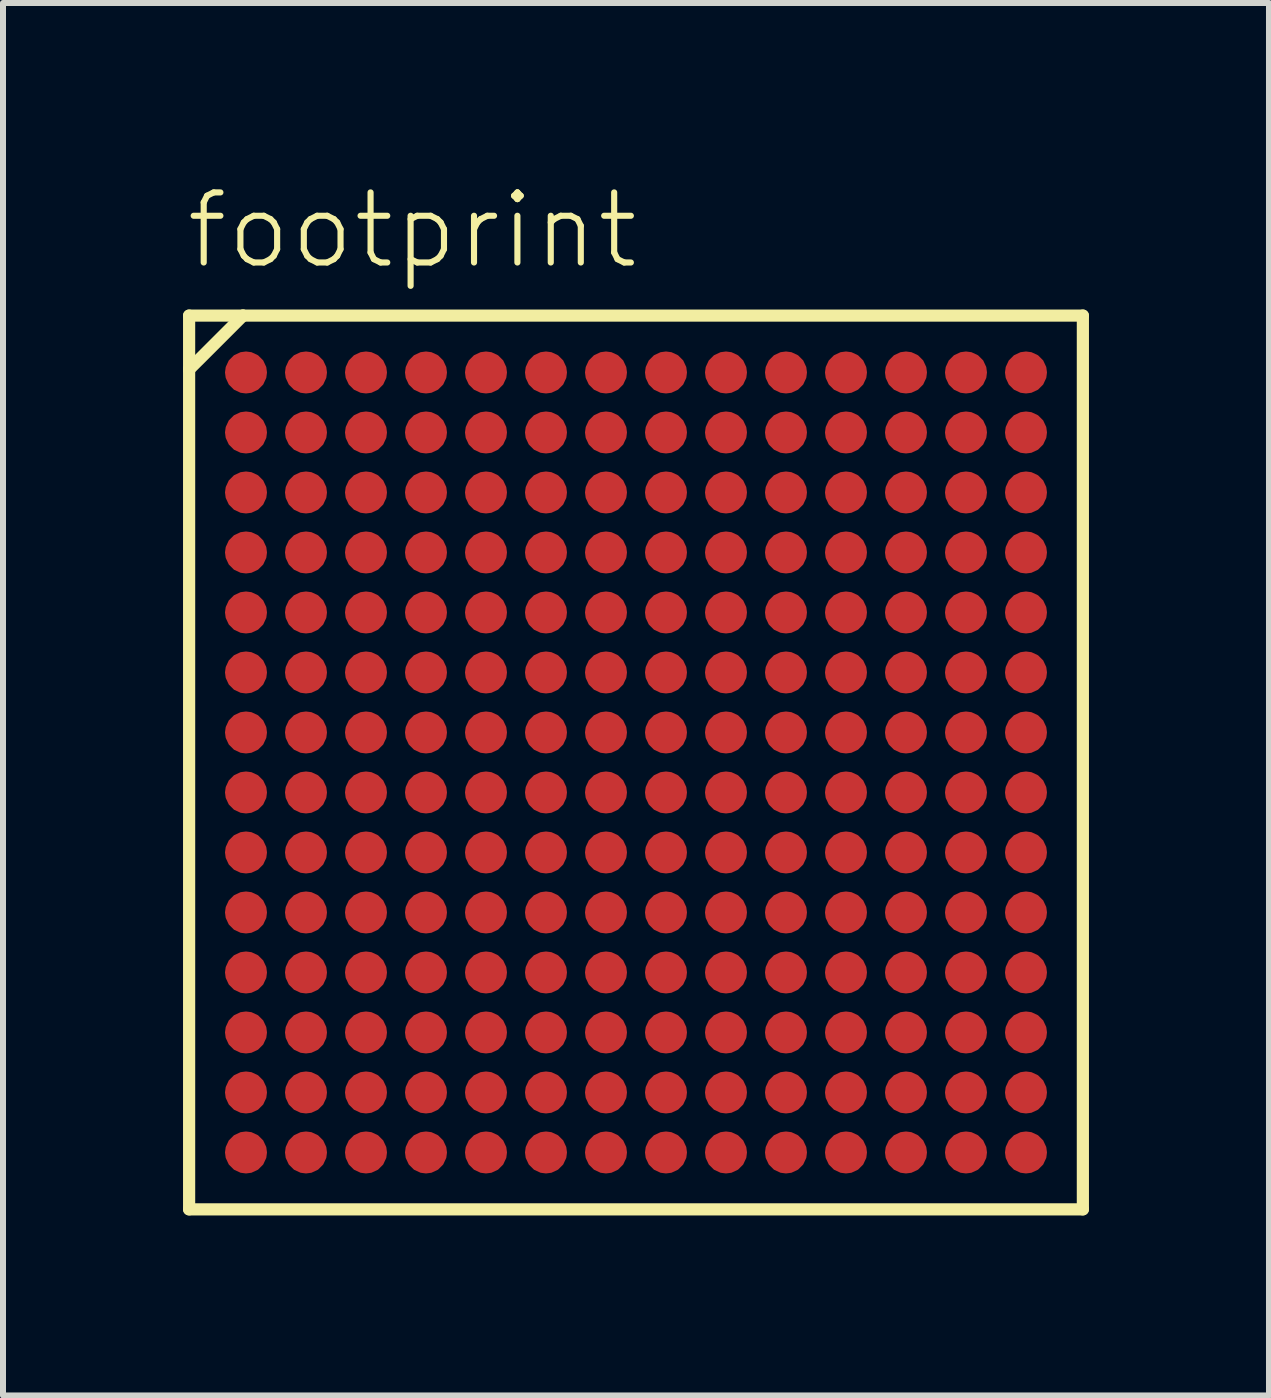
<source format=kicad_pcb>
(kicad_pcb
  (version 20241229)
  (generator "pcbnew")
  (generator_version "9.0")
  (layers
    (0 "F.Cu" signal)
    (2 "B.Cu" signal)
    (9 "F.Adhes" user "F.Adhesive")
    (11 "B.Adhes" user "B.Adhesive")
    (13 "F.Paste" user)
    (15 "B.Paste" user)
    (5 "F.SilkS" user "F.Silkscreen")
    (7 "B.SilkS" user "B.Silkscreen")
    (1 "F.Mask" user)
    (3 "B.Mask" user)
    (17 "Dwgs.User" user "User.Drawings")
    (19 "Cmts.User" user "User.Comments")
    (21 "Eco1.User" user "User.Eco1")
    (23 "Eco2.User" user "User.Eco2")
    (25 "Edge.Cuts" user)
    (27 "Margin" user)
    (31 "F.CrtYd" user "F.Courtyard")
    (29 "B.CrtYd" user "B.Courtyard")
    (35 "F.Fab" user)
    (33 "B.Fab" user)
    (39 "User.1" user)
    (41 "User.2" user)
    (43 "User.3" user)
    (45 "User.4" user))
  (footprint "footprint"
    (layer "F.Cu")
    (at 7.55 9.658)
    (property "Reference" "footprint" (at -7.55 -8.185 0) (layer "F.SilkS") (effects (font (size 1.168 1.168) (thickness 0.102)) (justify left bottom)))
    (fp_circle (center -6.5 -6.5) (end -6.35 -6.5) (stroke (width 0.3) (type solid)) (fill yes) (layer "F.Mask"))
    (fp_circle (center -6.5 -5.5) (end -6.35 -5.5) (stroke (width 0.3) (type solid)) (fill yes) (layer "F.Mask"))
    (fp_circle (center -6.5 -4.5) (end -6.35 -4.5) (stroke (width 0.3) (type solid)) (fill yes) (layer "F.Mask"))
    (fp_circle (center -6.5 -3.5) (end -6.35 -3.5) (stroke (width 0.3) (type solid)) (fill yes) (layer "F.Mask"))
    (fp_circle (center -6.5 -2.5) (end -6.35 -2.5) (stroke (width 0.3) (type solid)) (fill yes) (layer "F.Mask"))
    (fp_circle (center -6.5 -1.5) (end -6.35 -1.5) (stroke (width 0.3) (type solid)) (fill yes) (layer "F.Mask"))
    (fp_circle (center -6.5 -0.5) (end -6.35 -0.5) (stroke (width 0.3) (type solid)) (fill yes) (layer "F.Mask"))
    (fp_circle (center -6.5 0.5) (end -6.35 0.5) (stroke (width 0.3) (type solid)) (fill yes) (layer "F.Mask"))
    (fp_circle (center -6.5 1.5) (end -6.35 1.5) (stroke (width 0.3) (type solid)) (fill yes) (layer "F.Mask"))
    (fp_circle (center -6.5 2.5) (end -6.35 2.5) (stroke (width 0.3) (type solid)) (fill yes) (layer "F.Mask"))
    (fp_circle (center -6.5 3.5) (end -6.35 3.5) (stroke (width 0.3) (type solid)) (fill yes) (layer "F.Mask"))
    (fp_circle (center -6.5 4.5) (end -6.35 4.5) (stroke (width 0.3) (type solid)) (fill yes) (layer "F.Mask"))
    (fp_circle (center -6.5 5.5) (end -6.35 5.5) (stroke (width 0.3) (type solid)) (fill yes) (layer "F.Mask"))
    (fp_circle (center -6.5 6.5) (end -6.35 6.5) (stroke (width 0.3) (type solid)) (fill yes) (layer "F.Mask"))
    (fp_circle (center -5.5 -6.5) (end -5.35 -6.5) (stroke (width 0.3) (type solid)) (fill yes) (layer "F.Mask"))
    (fp_circle (center -5.5 -5.5) (end -5.35 -5.5) (stroke (width 0.3) (type solid)) (fill yes) (layer "F.Mask"))
    (fp_circle (center -5.5 -4.5) (end -5.35 -4.5) (stroke (width 0.3) (type solid)) (fill yes) (layer "F.Mask"))
    (fp_circle (center -5.5 -3.5) (end -5.35 -3.5) (stroke (width 0.3) (type solid)) (fill yes) (layer "F.Mask"))
    (fp_circle (center -5.5 -2.5) (end -5.35 -2.5) (stroke (width 0.3) (type solid)) (fill yes) (layer "F.Mask"))
    (fp_circle (center -5.5 -1.5) (end -5.35 -1.5) (stroke (width 0.3) (type solid)) (fill yes) (layer "F.Mask"))
    (fp_circle (center -5.5 -0.5) (end -5.35 -0.5) (stroke (width 0.3) (type solid)) (fill yes) (layer "F.Mask"))
    (fp_circle (center -5.5 0.5) (end -5.35 0.5) (stroke (width 0.3) (type solid)) (fill yes) (layer "F.Mask"))
    (fp_circle (center -5.5 1.5) (end -5.35 1.5) (stroke (width 0.3) (type solid)) (fill yes) (layer "F.Mask"))
    (fp_circle (center -5.5 2.5) (end -5.35 2.5) (stroke (width 0.3) (type solid)) (fill yes) (layer "F.Mask"))
    (fp_circle (center -5.5 3.5) (end -5.35 3.5) (stroke (width 0.3) (type solid)) (fill yes) (layer "F.Mask"))
    (fp_circle (center -5.5 4.5) (end -5.35 4.5) (stroke (width 0.3) (type solid)) (fill yes) (layer "F.Mask"))
    (fp_circle (center -5.5 5.5) (end -5.35 5.5) (stroke (width 0.3) (type solid)) (fill yes) (layer "F.Mask"))
    (fp_circle (center -5.5 6.5) (end -5.35 6.5) (stroke (width 0.3) (type solid)) (fill yes) (layer "F.Mask"))
    (fp_circle (center -4.5 -6.5) (end -4.35 -6.5) (stroke (width 0.3) (type solid)) (fill yes) (layer "F.Mask"))
    (fp_circle (center -4.5 -5.5) (end -4.35 -5.5) (stroke (width 0.3) (type solid)) (fill yes) (layer "F.Mask"))
    (fp_circle (center -4.5 -4.5) (end -4.35 -4.5) (stroke (width 0.3) (type solid)) (fill yes) (layer "F.Mask"))
    (fp_circle (center -4.5 -3.5) (end -4.35 -3.5) (stroke (width 0.3) (type solid)) (fill yes) (layer "F.Mask"))
    (fp_circle (center -4.5 -2.5) (end -4.35 -2.5) (stroke (width 0.3) (type solid)) (fill yes) (layer "F.Mask"))
    (fp_circle (center -4.5 -1.5) (end -4.35 -1.5) (stroke (width 0.3) (type solid)) (fill yes) (layer "F.Mask"))
    (fp_circle (center -4.5 -0.5) (end -4.35 -0.5) (stroke (width 0.3) (type solid)) (fill yes) (layer "F.Mask"))
    (fp_circle (center -4.5 0.5) (end -4.35 0.5) (stroke (width 0.3) (type solid)) (fill yes) (layer "F.Mask"))
    (fp_circle (center -4.5 1.5) (end -4.35 1.5) (stroke (width 0.3) (type solid)) (fill yes) (layer "F.Mask"))
    (fp_circle (center -4.5 2.5) (end -4.35 2.5) (stroke (width 0.3) (type solid)) (fill yes) (layer "F.Mask"))
    (fp_circle (center -4.5 3.5) (end -4.35 3.5) (stroke (width 0.3) (type solid)) (fill yes) (layer "F.Mask"))
    (fp_circle (center -4.5 4.5) (end -4.35 4.5) (stroke (width 0.3) (type solid)) (fill yes) (layer "F.Mask"))
    (fp_circle (center -4.5 5.5) (end -4.35 5.5) (stroke (width 0.3) (type solid)) (fill yes) (layer "F.Mask"))
    (fp_circle (center -4.5 6.5) (end -4.35 6.5) (stroke (width 0.3) (type solid)) (fill yes) (layer "F.Mask"))
    (fp_circle (center -3.5 -6.5) (end -3.35 -6.5) (stroke (width 0.3) (type solid)) (fill yes) (layer "F.Mask"))
    (fp_circle (center -3.5 -5.5) (end -3.35 -5.5) (stroke (width 0.3) (type solid)) (fill yes) (layer "F.Mask"))
    (fp_circle (center -3.5 -4.5) (end -3.35 -4.5) (stroke (width 0.3) (type solid)) (fill yes) (layer "F.Mask"))
    (fp_circle (center -3.5 -3.5) (end -3.35 -3.5) (stroke (width 0.3) (type solid)) (fill yes) (layer "F.Mask"))
    (fp_circle (center -3.5 -2.5) (end -3.35 -2.5) (stroke (width 0.3) (type solid)) (fill yes) (layer "F.Mask"))
    (fp_circle (center -3.5 -1.5) (end -3.35 -1.5) (stroke (width 0.3) (type solid)) (fill yes) (layer "F.Mask"))
    (fp_circle (center -3.5 -0.5) (end -3.35 -0.5) (stroke (width 0.3) (type solid)) (fill yes) (layer "F.Mask"))
    (fp_circle (center -3.5 0.5) (end -3.35 0.5) (stroke (width 0.3) (type solid)) (fill yes) (layer "F.Mask"))
    (fp_circle (center -3.5 1.5) (end -3.35 1.5) (stroke (width 0.3) (type solid)) (fill yes) (layer "F.Mask"))
    (fp_circle (center -3.5 2.5) (end -3.35 2.5) (stroke (width 0.3) (type solid)) (fill yes) (layer "F.Mask"))
    (fp_circle (center -3.5 3.5) (end -3.35 3.5) (stroke (width 0.3) (type solid)) (fill yes) (layer "F.Mask"))
    (fp_circle (center -3.5 4.5) (end -3.35 4.5) (stroke (width 0.3) (type solid)) (fill yes) (layer "F.Mask"))
    (fp_circle (center -3.5 5.5) (end -3.35 5.5) (stroke (width 0.3) (type solid)) (fill yes) (layer "F.Mask"))
    (fp_circle (center -3.5 6.5) (end -3.35 6.5) (stroke (width 0.3) (type solid)) (fill yes) (layer "F.Mask"))
    (fp_circle (center -2.5 -6.5) (end -2.35 -6.5) (stroke (width 0.3) (type solid)) (fill yes) (layer "F.Mask"))
    (fp_circle (center -2.5 -5.5) (end -2.35 -5.5) (stroke (width 0.3) (type solid)) (fill yes) (layer "F.Mask"))
    (fp_circle (center -2.5 -4.5) (end -2.35 -4.5) (stroke (width 0.3) (type solid)) (fill yes) (layer "F.Mask"))
    (fp_circle (center -2.5 -3.5) (end -2.35 -3.5) (stroke (width 0.3) (type solid)) (fill yes) (layer "F.Mask"))
    (fp_circle (center -2.5 -2.5) (end -2.35 -2.5) (stroke (width 0.3) (type solid)) (fill yes) (layer "F.Mask"))
    (fp_circle (center -2.5 -1.5) (end -2.35 -1.5) (stroke (width 0.3) (type solid)) (fill yes) (layer "F.Mask"))
    (fp_circle (center -2.5 -0.5) (end -2.35 -0.5) (stroke (width 0.3) (type solid)) (fill yes) (layer "F.Mask"))
    (fp_circle (center -2.5 0.5) (end -2.35 0.5) (stroke (width 0.3) (type solid)) (fill yes) (layer "F.Mask"))
    (fp_circle (center -2.5 1.5) (end -2.35 1.5) (stroke (width 0.3) (type solid)) (fill yes) (layer "F.Mask"))
    (fp_circle (center -2.5 2.5) (end -2.35 2.5) (stroke (width 0.3) (type solid)) (fill yes) (layer "F.Mask"))
    (fp_circle (center -2.5 3.5) (end -2.35 3.5) (stroke (width 0.3) (type solid)) (fill yes) (layer "F.Mask"))
    (fp_circle (center -2.5 4.5) (end -2.35 4.5) (stroke (width 0.3) (type solid)) (fill yes) (layer "F.Mask"))
    (fp_circle (center -2.5 5.5) (end -2.35 5.5) (stroke (width 0.3) (type solid)) (fill yes) (layer "F.Mask"))
    (fp_circle (center -2.5 6.5) (end -2.35 6.5) (stroke (width 0.3) (type solid)) (fill yes) (layer "F.Mask"))
    (fp_circle (center -1.5 -6.5) (end -1.35 -6.5) (stroke (width 0.3) (type solid)) (fill yes) (layer "F.Mask"))
    (fp_circle (center -1.5 -5.5) (end -1.35 -5.5) (stroke (width 0.3) (type solid)) (fill yes) (layer "F.Mask"))
    (fp_circle (center -1.5 -4.5) (end -1.35 -4.5) (stroke (width 0.3) (type solid)) (fill yes) (layer "F.Mask"))
    (fp_circle (center -1.5 -3.5) (end -1.35 -3.5) (stroke (width 0.3) (type solid)) (fill yes) (layer "F.Mask"))
    (fp_circle (center -1.5 -2.5) (end -1.35 -2.5) (stroke (width 0.3) (type solid)) (fill yes) (layer "F.Mask"))
    (fp_circle (center -1.5 -1.5) (end -1.35 -1.5) (stroke (width 0.3) (type solid)) (fill yes) (layer "F.Mask"))
    (fp_circle (center -1.5 -0.5) (end -1.35 -0.5) (stroke (width 0.3) (type solid)) (fill yes) (layer "F.Mask"))
    (fp_circle (center -1.5 0.5) (end -1.35 0.5) (stroke (width 0.3) (type solid)) (fill yes) (layer "F.Mask"))
    (fp_circle (center -1.5 1.5) (end -1.35 1.5) (stroke (width 0.3) (type solid)) (fill yes) (layer "F.Mask"))
    (fp_circle (center -1.5 2.5) (end -1.35 2.5) (stroke (width 0.3) (type solid)) (fill yes) (layer "F.Mask"))
    (fp_circle (center -1.5 3.5) (end -1.35 3.5) (stroke (width 0.3) (type solid)) (fill yes) (layer "F.Mask"))
    (fp_circle (center -1.5 4.5) (end -1.35 4.5) (stroke (width 0.3) (type solid)) (fill yes) (layer "F.Mask"))
    (fp_circle (center -1.5 5.5) (end -1.35 5.5) (stroke (width 0.3) (type solid)) (fill yes) (layer "F.Mask"))
    (fp_circle (center -1.5 6.5) (end -1.35 6.5) (stroke (width 0.3) (type solid)) (fill yes) (layer "F.Mask"))
    (fp_circle (center -0.5 -6.5) (end -0.35 -6.5) (stroke (width 0.3) (type solid)) (fill yes) (layer "F.Mask"))
    (fp_circle (center -0.5 -5.5) (end -0.35 -5.5) (stroke (width 0.3) (type solid)) (fill yes) (layer "F.Mask"))
    (fp_circle (center -0.5 -4.5) (end -0.35 -4.5) (stroke (width 0.3) (type solid)) (fill yes) (layer "F.Mask"))
    (fp_circle (center -0.5 -3.5) (end -0.35 -3.5) (stroke (width 0.3) (type solid)) (fill yes) (layer "F.Mask"))
    (fp_circle (center -0.5 -2.5) (end -0.35 -2.5) (stroke (width 0.3) (type solid)) (fill yes) (layer "F.Mask"))
    (fp_circle (center -0.5 -1.5) (end -0.35 -1.5) (stroke (width 0.3) (type solid)) (fill yes) (layer "F.Mask"))
    (fp_circle (center -0.5 -0.5) (end -0.35 -0.5) (stroke (width 0.3) (type solid)) (fill yes) (layer "F.Mask"))
    (fp_circle (center -0.5 0.5) (end -0.35 0.5) (stroke (width 0.3) (type solid)) (fill yes) (layer "F.Mask"))
    (fp_circle (center -0.5 1.5) (end -0.35 1.5) (stroke (width 0.3) (type solid)) (fill yes) (layer "F.Mask"))
    (fp_circle (center -0.5 2.5) (end -0.35 2.5) (stroke (width 0.3) (type solid)) (fill yes) (layer "F.Mask"))
    (fp_circle (center -0.5 3.5) (end -0.35 3.5) (stroke (width 0.3) (type solid)) (fill yes) (layer "F.Mask"))
    (fp_circle (center -0.5 4.5) (end -0.35 4.5) (stroke (width 0.3) (type solid)) (fill yes) (layer "F.Mask"))
    (fp_circle (center -0.5 5.5) (end -0.35 5.5) (stroke (width 0.3) (type solid)) (fill yes) (layer "F.Mask"))
    (fp_circle (center -0.5 6.5) (end -0.35 6.5) (stroke (width 0.3) (type solid)) (fill yes) (layer "F.Mask"))
    (fp_circle (center 0.5 -6.5) (end 0.65 -6.5) (stroke (width 0.3) (type solid)) (fill yes) (layer "F.Mask"))
    (fp_circle (center 0.5 -5.5) (end 0.65 -5.5) (stroke (width 0.3) (type solid)) (fill yes) (layer "F.Mask"))
    (fp_circle (center 0.5 -4.5) (end 0.65 -4.5) (stroke (width 0.3) (type solid)) (fill yes) (layer "F.Mask"))
    (fp_circle (center 0.5 -3.5) (end 0.65 -3.5) (stroke (width 0.3) (type solid)) (fill yes) (layer "F.Mask"))
    (fp_circle (center 0.5 -2.5) (end 0.65 -2.5) (stroke (width 0.3) (type solid)) (fill yes) (layer "F.Mask"))
    (fp_circle (center 0.5 -1.5) (end 0.65 -1.5) (stroke (width 0.3) (type solid)) (fill yes) (layer "F.Mask"))
    (fp_circle (center 0.5 -0.5) (end 0.65 -0.5) (stroke (width 0.3) (type solid)) (fill yes) (layer "F.Mask"))
    (fp_circle (center 0.5 0.5) (end 0.65 0.5) (stroke (width 0.3) (type solid)) (fill yes) (layer "F.Mask"))
    (fp_circle (center 0.5 1.5) (end 0.65 1.5) (stroke (width 0.3) (type solid)) (fill yes) (layer "F.Mask"))
    (fp_circle (center 0.5 2.5) (end 0.65 2.5) (stroke (width 0.3) (type solid)) (fill yes) (layer "F.Mask"))
    (fp_circle (center 0.5 3.5) (end 0.65 3.5) (stroke (width 0.3) (type solid)) (fill yes) (layer "F.Mask"))
    (fp_circle (center 0.5 4.5) (end 0.65 4.5) (stroke (width 0.3) (type solid)) (fill yes) (layer "F.Mask"))
    (fp_circle (center 0.5 5.5) (end 0.65 5.5) (stroke (width 0.3) (type solid)) (fill yes) (layer "F.Mask"))
    (fp_circle (center 0.5 6.5) (end 0.65 6.5) (stroke (width 0.3) (type solid)) (fill yes) (layer "F.Mask"))
    (fp_circle (center 1.5 -6.5) (end 1.65 -6.5) (stroke (width 0.3) (type solid)) (fill yes) (layer "F.Mask"))
    (fp_circle (center 1.5 -5.5) (end 1.65 -5.5) (stroke (width 0.3) (type solid)) (fill yes) (layer "F.Mask"))
    (fp_circle (center 1.5 -4.5) (end 1.65 -4.5) (stroke (width 0.3) (type solid)) (fill yes) (layer "F.Mask"))
    (fp_circle (center 1.5 -3.5) (end 1.65 -3.5) (stroke (width 0.3) (type solid)) (fill yes) (layer "F.Mask"))
    (fp_circle (center 1.5 -2.5) (end 1.65 -2.5) (stroke (width 0.3) (type solid)) (fill yes) (layer "F.Mask"))
    (fp_circle (center 1.5 -1.5) (end 1.65 -1.5) (stroke (width 0.3) (type solid)) (fill yes) (layer "F.Mask"))
    (fp_circle (center 1.5 -0.5) (end 1.65 -0.5) (stroke (width 0.3) (type solid)) (fill yes) (layer "F.Mask"))
    (fp_circle (center 1.5 0.5) (end 1.65 0.5) (stroke (width 0.3) (type solid)) (fill yes) (layer "F.Mask"))
    (fp_circle (center 1.5 1.5) (end 1.65 1.5) (stroke (width 0.3) (type solid)) (fill yes) (layer "F.Mask"))
    (fp_circle (center 1.5 2.5) (end 1.65 2.5) (stroke (width 0.3) (type solid)) (fill yes) (layer "F.Mask"))
    (fp_circle (center 1.5 3.5) (end 1.65 3.5) (stroke (width 0.3) (type solid)) (fill yes) (layer "F.Mask"))
    (fp_circle (center 1.5 4.5) (end 1.65 4.5) (stroke (width 0.3) (type solid)) (fill yes) (layer "F.Mask"))
    (fp_circle (center 1.5 5.5) (end 1.65 5.5) (stroke (width 0.3) (type solid)) (fill yes) (layer "F.Mask"))
    (fp_circle (center 1.5 6.5) (end 1.65 6.5) (stroke (width 0.3) (type solid)) (fill yes) (layer "F.Mask"))
    (fp_circle (center 2.5 -6.5) (end 2.65 -6.5) (stroke (width 0.3) (type solid)) (fill yes) (layer "F.Mask"))
    (fp_circle (center 2.5 -5.5) (end 2.65 -5.5) (stroke (width 0.3) (type solid)) (fill yes) (layer "F.Mask"))
    (fp_circle (center 2.5 -4.5) (end 2.65 -4.5) (stroke (width 0.3) (type solid)) (fill yes) (layer "F.Mask"))
    (fp_circle (center 2.5 -3.5) (end 2.65 -3.5) (stroke (width 0.3) (type solid)) (fill yes) (layer "F.Mask"))
    (fp_circle (center 2.5 -2.5) (end 2.65 -2.5) (stroke (width 0.3) (type solid)) (fill yes) (layer "F.Mask"))
    (fp_circle (center 2.5 -1.5) (end 2.65 -1.5) (stroke (width 0.3) (type solid)) (fill yes) (layer "F.Mask"))
    (fp_circle (center 2.5 -0.5) (end 2.65 -0.5) (stroke (width 0.3) (type solid)) (fill yes) (layer "F.Mask"))
    (fp_circle (center 2.5 0.5) (end 2.65 0.5) (stroke (width 0.3) (type solid)) (fill yes) (layer "F.Mask"))
    (fp_circle (center 2.5 1.5) (end 2.65 1.5) (stroke (width 0.3) (type solid)) (fill yes) (layer "F.Mask"))
    (fp_circle (center 2.5 2.5) (end 2.65 2.5) (stroke (width 0.3) (type solid)) (fill yes) (layer "F.Mask"))
    (fp_circle (center 2.5 3.5) (end 2.65 3.5) (stroke (width 0.3) (type solid)) (fill yes) (layer "F.Mask"))
    (fp_circle (center 2.5 4.5) (end 2.65 4.5) (stroke (width 0.3) (type solid)) (fill yes) (layer "F.Mask"))
    (fp_circle (center 2.5 5.5) (end 2.65 5.5) (stroke (width 0.3) (type solid)) (fill yes) (layer "F.Mask"))
    (fp_circle (center 2.5 6.5) (end 2.65 6.5) (stroke (width 0.3) (type solid)) (fill yes) (layer "F.Mask"))
    (fp_circle (center 3.5 -6.5) (end 3.65 -6.5) (stroke (width 0.3) (type solid)) (fill yes) (layer "F.Mask"))
    (fp_circle (center 3.5 -5.5) (end 3.65 -5.5) (stroke (width 0.3) (type solid)) (fill yes) (layer "F.Mask"))
    (fp_circle (center 3.5 -4.5) (end 3.65 -4.5) (stroke (width 0.3) (type solid)) (fill yes) (layer "F.Mask"))
    (fp_circle (center 3.5 -3.5) (end 3.65 -3.5) (stroke (width 0.3) (type solid)) (fill yes) (layer "F.Mask"))
    (fp_circle (center 3.5 -2.5) (end 3.65 -2.5) (stroke (width 0.3) (type solid)) (fill yes) (layer "F.Mask"))
    (fp_circle (center 3.5 -1.5) (end 3.65 -1.5) (stroke (width 0.3) (type solid)) (fill yes) (layer "F.Mask"))
    (fp_circle (center 3.5 -0.5) (end 3.65 -0.5) (stroke (width 0.3) (type solid)) (fill yes) (layer "F.Mask"))
    (fp_circle (center 3.5 0.5) (end 3.65 0.5) (stroke (width 0.3) (type solid)) (fill yes) (layer "F.Mask"))
    (fp_circle (center 3.5 1.5) (end 3.65 1.5) (stroke (width 0.3) (type solid)) (fill yes) (layer "F.Mask"))
    (fp_circle (center 3.5 2.5) (end 3.65 2.5) (stroke (width 0.3) (type solid)) (fill yes) (layer "F.Mask"))
    (fp_circle (center 3.5 3.5) (end 3.65 3.5) (stroke (width 0.3) (type solid)) (fill yes) (layer "F.Mask"))
    (fp_circle (center 3.5 4.5) (end 3.65 4.5) (stroke (width 0.3) (type solid)) (fill yes) (layer "F.Mask"))
    (fp_circle (center 3.5 5.5) (end 3.65 5.5) (stroke (width 0.3) (type solid)) (fill yes) (layer "F.Mask"))
    (fp_circle (center 3.5 6.5) (end 3.65 6.5) (stroke (width 0.3) (type solid)) (fill yes) (layer "F.Mask"))
    (fp_circle (center 4.5 -6.5) (end 4.65 -6.5) (stroke (width 0.3) (type solid)) (fill yes) (layer "F.Mask"))
    (fp_circle (center 4.5 -5.5) (end 4.65 -5.5) (stroke (width 0.3) (type solid)) (fill yes) (layer "F.Mask"))
    (fp_circle (center 4.5 -4.5) (end 4.65 -4.5) (stroke (width 0.3) (type solid)) (fill yes) (layer "F.Mask"))
    (fp_circle (center 4.5 -3.5) (end 4.65 -3.5) (stroke (width 0.3) (type solid)) (fill yes) (layer "F.Mask"))
    (fp_circle (center 4.5 -2.5) (end 4.65 -2.5) (stroke (width 0.3) (type solid)) (fill yes) (layer "F.Mask"))
    (fp_circle (center 4.5 -1.5) (end 4.65 -1.5) (stroke (width 0.3) (type solid)) (fill yes) (layer "F.Mask"))
    (fp_circle (center 4.5 -0.5) (end 4.65 -0.5) (stroke (width 0.3) (type solid)) (fill yes) (layer "F.Mask"))
    (fp_circle (center 4.5 0.5) (end 4.65 0.5) (stroke (width 0.3) (type solid)) (fill yes) (layer "F.Mask"))
    (fp_circle (center 4.5 1.5) (end 4.65 1.5) (stroke (width 0.3) (type solid)) (fill yes) (layer "F.Mask"))
    (fp_circle (center 4.5 2.5) (end 4.65 2.5) (stroke (width 0.3) (type solid)) (fill yes) (layer "F.Mask"))
    (fp_circle (center 4.5 3.5) (end 4.65 3.5) (stroke (width 0.3) (type solid)) (fill yes) (layer "F.Mask"))
    (fp_circle (center 4.5 4.5) (end 4.65 4.5) (stroke (width 0.3) (type solid)) (fill yes) (layer "F.Mask"))
    (fp_circle (center 4.5 5.5) (end 4.65 5.5) (stroke (width 0.3) (type solid)) (fill yes) (layer "F.Mask"))
    (fp_circle (center 4.5 6.5) (end 4.65 6.5) (stroke (width 0.3) (type solid)) (fill yes) (layer "F.Mask"))
    (fp_circle (center 5.5 -6.5) (end 5.65 -6.5) (stroke (width 0.3) (type solid)) (fill yes) (layer "F.Mask"))
    (fp_circle (center 5.5 -5.5) (end 5.65 -5.5) (stroke (width 0.3) (type solid)) (fill yes) (layer "F.Mask"))
    (fp_circle (center 5.5 -4.5) (end 5.65 -4.5) (stroke (width 0.3) (type solid)) (fill yes) (layer "F.Mask"))
    (fp_circle (center 5.5 -3.5) (end 5.65 -3.5) (stroke (width 0.3) (type solid)) (fill yes) (layer "F.Mask"))
    (fp_circle (center 5.5 -2.5) (end 5.65 -2.5) (stroke (width 0.3) (type solid)) (fill yes) (layer "F.Mask"))
    (fp_circle (center 5.5 -1.5) (end 5.65 -1.5) (stroke (width 0.3) (type solid)) (fill yes) (layer "F.Mask"))
    (fp_circle (center 5.5 -0.5) (end 5.65 -0.5) (stroke (width 0.3) (type solid)) (fill yes) (layer "F.Mask"))
    (fp_circle (center 5.5 0.5) (end 5.65 0.5) (stroke (width 0.3) (type solid)) (fill yes) (layer "F.Mask"))
    (fp_circle (center 5.5 1.5) (end 5.65 1.5) (stroke (width 0.3) (type solid)) (fill yes) (layer "F.Mask"))
    (fp_circle (center 5.5 2.5) (end 5.65 2.5) (stroke (width 0.3) (type solid)) (fill yes) (layer "F.Mask"))
    (fp_circle (center 5.5 3.5) (end 5.65 3.5) (stroke (width 0.3) (type solid)) (fill yes) (layer "F.Mask"))
    (fp_circle (center 5.5 4.5) (end 5.65 4.5) (stroke (width 0.3) (type solid)) (fill yes) (layer "F.Mask"))
    (fp_circle (center 5.5 5.5) (end 5.65 5.5) (stroke (width 0.3) (type solid)) (fill yes) (layer "F.Mask"))
    (fp_circle (center 5.5 6.5) (end 5.65 6.5) (stroke (width 0.3) (type solid)) (fill yes) (layer "F.Mask"))
    (fp_circle (center 6.5 -6.5) (end 6.65 -6.5) (stroke (width 0.3) (type solid)) (fill yes) (layer "F.Mask"))
    (fp_circle (center 6.5 -5.5) (end 6.65 -5.5) (stroke (width 0.3) (type solid)) (fill yes) (layer "F.Mask"))
    (fp_circle (center 6.5 -4.5) (end 6.65 -4.5) (stroke (width 0.3) (type solid)) (fill yes) (layer "F.Mask"))
    (fp_circle (center 6.5 -3.5) (end 6.65 -3.5) (stroke (width 0.3) (type solid)) (fill yes) (layer "F.Mask"))
    (fp_circle (center 6.5 -2.5) (end 6.65 -2.5) (stroke (width 0.3) (type solid)) (fill yes) (layer "F.Mask"))
    (fp_circle (center 6.5 -1.5) (end 6.65 -1.5) (stroke (width 0.3) (type solid)) (fill yes) (layer "F.Mask"))
    (fp_circle (center 6.5 -0.5) (end 6.65 -0.5) (stroke (width 0.3) (type solid)) (fill yes) (layer "F.Mask"))
    (fp_circle (center 6.5 0.5) (end 6.65 0.5) (stroke (width 0.3) (type solid)) (fill yes) (layer "F.Mask"))
    (fp_circle (center 6.5 1.5) (end 6.65 1.5) (stroke (width 0.3) (type solid)) (fill yes) (layer "F.Mask"))
    (fp_circle (center 6.5 2.5) (end 6.65 2.5) (stroke (width 0.3) (type solid)) (fill yes) (layer "F.Mask"))
    (fp_circle (center 6.5 3.5) (end 6.65 3.5) (stroke (width 0.3) (type solid)) (fill yes) (layer "F.Mask"))
    (fp_circle (center 6.5 4.5) (end 6.65 4.5) (stroke (width 0.3) (type solid)) (fill yes) (layer "F.Mask"))
    (fp_circle (center 6.5 5.5) (end 6.65 5.5) (stroke (width 0.3) (type solid)) (fill yes) (layer "F.Mask"))
    (fp_circle (center 6.5 6.5) (end 6.65 6.5) (stroke (width 0.3) (type solid)) (fill yes) (layer "F.Mask"))
    (fp_line (start -7.448 -7.448) (end -7.448 -6.55) (stroke (width 0.203) (type solid)) (layer "F.SilkS"))
    (fp_line (start -7.448 -6.55) (end -7.448 7.448) (stroke (width 0.203) (type solid)) (layer "F.SilkS"))
    (fp_line (start -7.448 -6.55) (end -6.55 -7.448) (stroke (width 0.203) (type solid)) (layer "F.SilkS"))
    (fp_line (start -7.448 7.448) (end 7.448 7.448) (stroke (width 0.203) (type solid)) (layer "F.SilkS"))
    (fp_line (start -6.55 -7.448) (end -7.448 -7.448) (stroke (width 0.203) (type solid)) (layer "F.SilkS"))
    (fp_line (start 7.448 -7.448) (end -6.55 -7.448) (stroke (width 0.203) (type solid)) (layer "F.SilkS"))
    (fp_line (start 7.448 7.448) (end 7.448 -7.448) (stroke (width 0.203) (type solid)) (layer "F.SilkS"))
    (pad "A1" smd roundrect (at -6.5 -6.5) (size 0.7 0.7) (layers "F.Cu") (roundrect_rratio 0.5))
    (pad "A2" smd roundrect (at -5.5 -6.5) (size 0.7 0.7) (layers "F.Cu") (roundrect_rratio 0.5))
    (pad "A3" smd roundrect (at -4.5 -6.5) (size 0.7 0.7) (layers "F.Cu") (roundrect_rratio 0.5))
    (pad "A4" smd roundrect (at -3.5 -6.5) (size 0.7 0.7) (layers "F.Cu") (roundrect_rratio 0.5))
    (pad "A5" smd roundrect (at -2.5 -6.5) (size 0.7 0.7) (layers "F.Cu") (roundrect_rratio 0.5))
    (pad "A6" smd roundrect (at -1.5 -6.5) (size 0.7 0.7) (layers "F.Cu") (roundrect_rratio 0.5))
    (pad "A7" smd roundrect (at -0.5 -6.5) (size 0.7 0.7) (layers "F.Cu") (roundrect_rratio 0.5))
    (pad "A8" smd roundrect (at 0.5 -6.5) (size 0.7 0.7) (layers "F.Cu") (roundrect_rratio 0.5))
    (pad "A9" smd roundrect (at 1.5 -6.5) (size 0.7 0.7) (layers "F.Cu") (roundrect_rratio 0.5))
    (pad "A10" smd roundrect (at 2.5 -6.5) (size 0.7 0.7) (layers "F.Cu") (roundrect_rratio 0.5))
    (pad "A11" smd roundrect (at 3.5 -6.5) (size 0.7 0.7) (layers "F.Cu") (roundrect_rratio 0.5))
    (pad "A12" smd roundrect (at 4.5 -6.5) (size 0.7 0.7) (layers "F.Cu") (roundrect_rratio 0.5))
    (pad "A13" smd roundrect (at 5.5 -6.5) (size 0.7 0.7) (layers "F.Cu") (roundrect_rratio 0.5))
    (pad "A14" smd roundrect (at 6.5 -6.5) (size 0.7 0.7) (layers "F.Cu") (roundrect_rratio 0.5))
    (pad "B1" smd roundrect (at -6.5 -5.5) (size 0.7 0.7) (layers "F.Cu") (roundrect_rratio 0.5))
    (pad "B2" smd roundrect (at -5.5 -5.5) (size 0.7 0.7) (layers "F.Cu") (roundrect_rratio 0.5))
    (pad "B3" smd roundrect (at -4.5 -5.5) (size 0.7 0.7) (layers "F.Cu") (roundrect_rratio 0.5))
    (pad "B4" smd roundrect (at -3.5 -5.5) (size 0.7 0.7) (layers "F.Cu") (roundrect_rratio 0.5))
    (pad "B5" smd roundrect (at -2.5 -5.5) (size 0.7 0.7) (layers "F.Cu") (roundrect_rratio 0.5))
    (pad "B6" smd roundrect (at -1.5 -5.5) (size 0.7 0.7) (layers "F.Cu") (roundrect_rratio 0.5))
    (pad "B7" smd roundrect (at -0.5 -5.5) (size 0.7 0.7) (layers "F.Cu") (roundrect_rratio 0.5))
    (pad "B8" smd roundrect (at 0.5 -5.5) (size 0.7 0.7) (layers "F.Cu") (roundrect_rratio 0.5))
    (pad "B9" smd roundrect (at 1.5 -5.5) (size 0.7 0.7) (layers "F.Cu") (roundrect_rratio 0.5))
    (pad "B10" smd roundrect (at 2.5 -5.5) (size 0.7 0.7) (layers "F.Cu") (roundrect_rratio 0.5))
    (pad "B11" smd roundrect (at 3.5 -5.5) (size 0.7 0.7) (layers "F.Cu") (roundrect_rratio 0.5))
    (pad "B12" smd roundrect (at 4.5 -5.5) (size 0.7 0.7) (layers "F.Cu") (roundrect_rratio 0.5))
    (pad "B13" smd roundrect (at 5.5 -5.5) (size 0.7 0.7) (layers "F.Cu") (roundrect_rratio 0.5))
    (pad "B14" smd roundrect (at 6.5 -5.5) (size 0.7 0.7) (layers "F.Cu") (roundrect_rratio 0.5))
    (pad "C1" smd roundrect (at -6.5 -4.5) (size 0.7 0.7) (layers "F.Cu") (roundrect_rratio 0.5))
    (pad "C2" smd roundrect (at -5.5 -4.5) (size 0.7 0.7) (layers "F.Cu") (roundrect_rratio 0.5))
    (pad "C3" smd roundrect (at -4.5 -4.5) (size 0.7 0.7) (layers "F.Cu") (roundrect_rratio 0.5))
    (pad "C4" smd roundrect (at -3.5 -4.5) (size 0.7 0.7) (layers "F.Cu") (roundrect_rratio 0.5))
    (pad "C5" smd roundrect (at -2.5 -4.5) (size 0.7 0.7) (layers "F.Cu") (roundrect_rratio 0.5))
    (pad "C6" smd roundrect (at -1.5 -4.5) (size 0.7 0.7) (layers "F.Cu") (roundrect_rratio 0.5))
    (pad "C7" smd roundrect (at -0.5 -4.5) (size 0.7 0.7) (layers "F.Cu") (roundrect_rratio 0.5))
    (pad "C8" smd roundrect (at 0.5 -4.5) (size 0.7 0.7) (layers "F.Cu") (roundrect_rratio 0.5))
    (pad "C9" smd roundrect (at 1.5 -4.5) (size 0.7 0.7) (layers "F.Cu") (roundrect_rratio 0.5))
    (pad "C10" smd roundrect (at 2.5 -4.5) (size 0.7 0.7) (layers "F.Cu") (roundrect_rratio 0.5))
    (pad "C11" smd roundrect (at 3.5 -4.5) (size 0.7 0.7) (layers "F.Cu") (roundrect_rratio 0.5))
    (pad "C12" smd roundrect (at 4.5 -4.5) (size 0.7 0.7) (layers "F.Cu") (roundrect_rratio 0.5))
    (pad "C13" smd roundrect (at 5.5 -4.5) (size 0.7 0.7) (layers "F.Cu") (roundrect_rratio 0.5))
    (pad "C14" smd roundrect (at 6.5 -4.5) (size 0.7 0.7) (layers "F.Cu") (roundrect_rratio 0.5))
    (pad "D1" smd roundrect (at -6.5 -3.5) (size 0.7 0.7) (layers "F.Cu") (roundrect_rratio 0.5))
    (pad "D2" smd roundrect (at -5.5 -3.5) (size 0.7 0.7) (layers "F.Cu") (roundrect_rratio 0.5))
    (pad "D3" smd roundrect (at -4.5 -3.5) (size 0.7 0.7) (layers "F.Cu") (roundrect_rratio 0.5))
    (pad "D4" smd roundrect (at -3.5 -3.5) (size 0.7 0.7) (layers "F.Cu") (roundrect_rratio 0.5))
    (pad "D5" smd roundrect (at -2.5 -3.5) (size 0.7 0.7) (layers "F.Cu") (roundrect_rratio 0.5))
    (pad "D6" smd roundrect (at -1.5 -3.5) (size 0.7 0.7) (layers "F.Cu") (roundrect_rratio 0.5))
    (pad "D7" smd roundrect (at -0.5 -3.5) (size 0.7 0.7) (layers "F.Cu") (roundrect_rratio 0.5))
    (pad "D8" smd roundrect (at 0.5 -3.5) (size 0.7 0.7) (layers "F.Cu") (roundrect_rratio 0.5))
    (pad "D9" smd roundrect (at 1.5 -3.5) (size 0.7 0.7) (layers "F.Cu") (roundrect_rratio 0.5))
    (pad "D10" smd roundrect (at 2.5 -3.5) (size 0.7 0.7) (layers "F.Cu") (roundrect_rratio 0.5))
    (pad "D11" smd roundrect (at 3.5 -3.5) (size 0.7 0.7) (layers "F.Cu") (roundrect_rratio 0.5))
    (pad "D12" smd roundrect (at 4.5 -3.5) (size 0.7 0.7) (layers "F.Cu") (roundrect_rratio 0.5))
    (pad "D13" smd roundrect (at 5.5 -3.5) (size 0.7 0.7) (layers "F.Cu") (roundrect_rratio 0.5))
    (pad "D14" smd roundrect (at 6.5 -3.5) (size 0.7 0.7) (layers "F.Cu") (roundrect_rratio 0.5))
    (pad "E1" smd roundrect (at -6.5 -2.5) (size 0.7 0.7) (layers "F.Cu") (roundrect_rratio 0.5))
    (pad "E2" smd roundrect (at -5.5 -2.5) (size 0.7 0.7) (layers "F.Cu") (roundrect_rratio 0.5))
    (pad "E3" smd roundrect (at -4.5 -2.5) (size 0.7 0.7) (layers "F.Cu") (roundrect_rratio 0.5))
    (pad "E4" smd roundrect (at -3.5 -2.5) (size 0.7 0.7) (layers "F.Cu") (roundrect_rratio 0.5))
    (pad "E5" smd roundrect (at -2.5 -2.5) (size 0.7 0.7) (layers "F.Cu") (roundrect_rratio 0.5))
    (pad "E6" smd roundrect (at -1.5 -2.5) (size 0.7 0.7) (layers "F.Cu") (roundrect_rratio 0.5))
    (pad "E7" smd roundrect (at -0.5 -2.5) (size 0.7 0.7) (layers "F.Cu") (roundrect_rratio 0.5))
    (pad "E8" smd roundrect (at 0.5 -2.5) (size 0.7 0.7) (layers "F.Cu") (roundrect_rratio 0.5))
    (pad "E9" smd roundrect (at 1.5 -2.5) (size 0.7 0.7) (layers "F.Cu") (roundrect_rratio 0.5))
    (pad "E10" smd roundrect (at 2.5 -2.5) (size 0.7 0.7) (layers "F.Cu") (roundrect_rratio 0.5))
    (pad "E11" smd roundrect (at 3.5 -2.5) (size 0.7 0.7) (layers "F.Cu") (roundrect_rratio 0.5))
    (pad "E12" smd roundrect (at 4.5 -2.5) (size 0.7 0.7) (layers "F.Cu") (roundrect_rratio 0.5))
    (pad "E13" smd roundrect (at 5.5 -2.5) (size 0.7 0.7) (layers "F.Cu") (roundrect_rratio 0.5))
    (pad "E14" smd roundrect (at 6.5 -2.5) (size 0.7 0.7) (layers "F.Cu") (roundrect_rratio 0.5))
    (pad "F1" smd roundrect (at -6.5 -1.5) (size 0.7 0.7) (layers "F.Cu") (roundrect_rratio 0.5))
    (pad "F2" smd roundrect (at -5.5 -1.5) (size 0.7 0.7) (layers "F.Cu") (roundrect_rratio 0.5))
    (pad "F3" smd roundrect (at -4.5 -1.5) (size 0.7 0.7) (layers "F.Cu") (roundrect_rratio 0.5))
    (pad "F4" smd roundrect (at -3.5 -1.5) (size 0.7 0.7) (layers "F.Cu") (roundrect_rratio 0.5))
    (pad "F5" smd roundrect (at -2.5 -1.5) (size 0.7 0.7) (layers "F.Cu") (roundrect_rratio 0.5))
    (pad "F6" smd roundrect (at -1.5 -1.5) (size 0.7 0.7) (layers "F.Cu") (roundrect_rratio 0.5))
    (pad "F7" smd roundrect (at -0.5 -1.5) (size 0.7 0.7) (layers "F.Cu") (roundrect_rratio 0.5))
    (pad "F8" smd roundrect (at 0.5 -1.5) (size 0.7 0.7) (layers "F.Cu") (roundrect_rratio 0.5))
    (pad "F9" smd roundrect (at 1.5 -1.5) (size 0.7 0.7) (layers "F.Cu") (roundrect_rratio 0.5))
    (pad "F10" smd roundrect (at 2.5 -1.5) (size 0.7 0.7) (layers "F.Cu") (roundrect_rratio 0.5))
    (pad "F11" smd roundrect (at 3.5 -1.5) (size 0.7 0.7) (layers "F.Cu") (roundrect_rratio 0.5))
    (pad "F12" smd roundrect (at 4.5 -1.5) (size 0.7 0.7) (layers "F.Cu") (roundrect_rratio 0.5))
    (pad "F13" smd roundrect (at 5.5 -1.5) (size 0.7 0.7) (layers "F.Cu") (roundrect_rratio 0.5))
    (pad "F14" smd roundrect (at 6.5 -1.5) (size 0.7 0.7) (layers "F.Cu") (roundrect_rratio 0.5))
    (pad "G1" smd roundrect (at -6.5 -0.5) (size 0.7 0.7) (layers "F.Cu") (roundrect_rratio 0.5))
    (pad "G2" smd roundrect (at -5.5 -0.5) (size 0.7 0.7) (layers "F.Cu") (roundrect_rratio 0.5))
    (pad "G3" smd roundrect (at -4.5 -0.5) (size 0.7 0.7) (layers "F.Cu") (roundrect_rratio 0.5))
    (pad "G4" smd roundrect (at -3.5 -0.5) (size 0.7 0.7) (layers "F.Cu") (roundrect_rratio 0.5))
    (pad "G5" smd roundrect (at -2.5 -0.5) (size 0.7 0.7) (layers "F.Cu") (roundrect_rratio 0.5))
    (pad "G6" smd roundrect (at -1.5 -0.5) (size 0.7 0.7) (layers "F.Cu") (roundrect_rratio 0.5))
    (pad "G7" smd roundrect (at -0.5 -0.5) (size 0.7 0.7) (layers "F.Cu") (roundrect_rratio 0.5))
    (pad "G8" smd roundrect (at 0.5 -0.5) (size 0.7 0.7) (layers "F.Cu") (roundrect_rratio 0.5))
    (pad "G9" smd roundrect (at 1.5 -0.5) (size 0.7 0.7) (layers "F.Cu") (roundrect_rratio 0.5))
    (pad "G10" smd roundrect (at 2.5 -0.5) (size 0.7 0.7) (layers "F.Cu") (roundrect_rratio 0.5))
    (pad "G11" smd roundrect (at 3.5 -0.5) (size 0.7 0.7) (layers "F.Cu") (roundrect_rratio 0.5))
    (pad "G12" smd roundrect (at 4.5 -0.5) (size 0.7 0.7) (layers "F.Cu") (roundrect_rratio 0.5))
    (pad "G13" smd roundrect (at 5.5 -0.5) (size 0.7 0.7) (layers "F.Cu") (roundrect_rratio 0.5))
    (pad "G14" smd roundrect (at 6.5 -0.5) (size 0.7 0.7) (layers "F.Cu") (roundrect_rratio 0.5))
    (pad "H1" smd roundrect (at -6.5 0.5) (size 0.7 0.7) (layers "F.Cu") (roundrect_rratio 0.5))
    (pad "H2" smd roundrect (at -5.5 0.5) (size 0.7 0.7) (layers "F.Cu") (roundrect_rratio 0.5))
    (pad "H3" smd roundrect (at -4.5 0.5) (size 0.7 0.7) (layers "F.Cu") (roundrect_rratio 0.5))
    (pad "H4" smd roundrect (at -3.5 0.5) (size 0.7 0.7) (layers "F.Cu") (roundrect_rratio 0.5))
    (pad "H5" smd roundrect (at -2.5 0.5) (size 0.7 0.7) (layers "F.Cu") (roundrect_rratio 0.5))
    (pad "H6" smd roundrect (at -1.5 0.5) (size 0.7 0.7) (layers "F.Cu") (roundrect_rratio 0.5))
    (pad "H7" smd roundrect (at -0.5 0.5) (size 0.7 0.7) (layers "F.Cu") (roundrect_rratio 0.5))
    (pad "H8" smd roundrect (at 0.5 0.5) (size 0.7 0.7) (layers "F.Cu") (roundrect_rratio 0.5))
    (pad "H9" smd roundrect (at 1.5 0.5) (size 0.7 0.7) (layers "F.Cu") (roundrect_rratio 0.5))
    (pad "H10" smd roundrect (at 2.5 0.5) (size 0.7 0.7) (layers "F.Cu") (roundrect_rratio 0.5))
    (pad "H11" smd roundrect (at 3.5 0.5) (size 0.7 0.7) (layers "F.Cu") (roundrect_rratio 0.5))
    (pad "H12" smd roundrect (at 4.5 0.5) (size 0.7 0.7) (layers "F.Cu") (roundrect_rratio 0.5))
    (pad "H13" smd roundrect (at 5.5 0.5) (size 0.7 0.7) (layers "F.Cu") (roundrect_rratio 0.5))
    (pad "H14" smd roundrect (at 6.5 0.5) (size 0.7 0.7) (layers "F.Cu") (roundrect_rratio 0.5))
    (pad "J1" smd roundrect (at -6.5 1.5) (size 0.7 0.7) (layers "F.Cu") (roundrect_rratio 0.5))
    (pad "J2" smd roundrect (at -5.5 1.5) (size 0.7 0.7) (layers "F.Cu") (roundrect_rratio 0.5))
    (pad "J3" smd roundrect (at -4.5 1.5) (size 0.7 0.7) (layers "F.Cu") (roundrect_rratio 0.5))
    (pad "J4" smd roundrect (at -3.5 1.5) (size 0.7 0.7) (layers "F.Cu") (roundrect_rratio 0.5))
    (pad "J5" smd roundrect (at -2.5 1.5) (size 0.7 0.7) (layers "F.Cu") (roundrect_rratio 0.5))
    (pad "J6" smd roundrect (at -1.5 1.5) (size 0.7 0.7) (layers "F.Cu") (roundrect_rratio 0.5))
    (pad "J7" smd roundrect (at -0.5 1.5) (size 0.7 0.7) (layers "F.Cu") (roundrect_rratio 0.5))
    (pad "J8" smd roundrect (at 0.5 1.5) (size 0.7 0.7) (layers "F.Cu") (roundrect_rratio 0.5))
    (pad "J9" smd roundrect (at 1.5 1.5) (size 0.7 0.7) (layers "F.Cu") (roundrect_rratio 0.5))
    (pad "J10" smd roundrect (at 2.5 1.5) (size 0.7 0.7) (layers "F.Cu") (roundrect_rratio 0.5))
    (pad "J11" smd roundrect (at 3.5 1.5) (size 0.7 0.7) (layers "F.Cu") (roundrect_rratio 0.5))
    (pad "J12" smd roundrect (at 4.5 1.5) (size 0.7 0.7) (layers "F.Cu") (roundrect_rratio 0.5))
    (pad "J13" smd roundrect (at 5.5 1.5) (size 0.7 0.7) (layers "F.Cu") (roundrect_rratio 0.5))
    (pad "J14" smd roundrect (at 6.5 1.5) (size 0.7 0.7) (layers "F.Cu") (roundrect_rratio 0.5))
    (pad "K1" smd roundrect (at -6.5 2.5) (size 0.7 0.7) (layers "F.Cu") (roundrect_rratio 0.5))
    (pad "K2" smd roundrect (at -5.5 2.5) (size 0.7 0.7) (layers "F.Cu") (roundrect_rratio 0.5))
    (pad "K3" smd roundrect (at -4.5 2.5) (size 0.7 0.7) (layers "F.Cu") (roundrect_rratio 0.5))
    (pad "K4" smd roundrect (at -3.5 2.5) (size 0.7 0.7) (layers "F.Cu") (roundrect_rratio 0.5))
    (pad "K5" smd roundrect (at -2.5 2.5) (size 0.7 0.7) (layers "F.Cu") (roundrect_rratio 0.5))
    (pad "K6" smd roundrect (at -1.5 2.5) (size 0.7 0.7) (layers "F.Cu") (roundrect_rratio 0.5))
    (pad "K7" smd roundrect (at -0.5 2.5) (size 0.7 0.7) (layers "F.Cu") (roundrect_rratio 0.5))
    (pad "K8" smd roundrect (at 0.5 2.5) (size 0.7 0.7) (layers "F.Cu") (roundrect_rratio 0.5))
    (pad "K9" smd roundrect (at 1.5 2.5) (size 0.7 0.7) (layers "F.Cu") (roundrect_rratio 0.5))
    (pad "K10" smd roundrect (at 2.5 2.5) (size 0.7 0.7) (layers "F.Cu") (roundrect_rratio 0.5))
    (pad "K11" smd roundrect (at 3.5 2.5) (size 0.7 0.7) (layers "F.Cu") (roundrect_rratio 0.5))
    (pad "K12" smd roundrect (at 4.5 2.5) (size 0.7 0.7) (layers "F.Cu") (roundrect_rratio 0.5))
    (pad "K13" smd roundrect (at 5.5 2.5) (size 0.7 0.7) (layers "F.Cu") (roundrect_rratio 0.5))
    (pad "K14" smd roundrect (at 6.5 2.5) (size 0.7 0.7) (layers "F.Cu") (roundrect_rratio 0.5))
    (pad "L1" smd roundrect (at -6.5 3.5) (size 0.7 0.7) (layers "F.Cu") (roundrect_rratio 0.5))
    (pad "L2" smd roundrect (at -5.5 3.5) (size 0.7 0.7) (layers "F.Cu") (roundrect_rratio 0.5))
    (pad "L3" smd roundrect (at -4.5 3.5) (size 0.7 0.7) (layers "F.Cu") (roundrect_rratio 0.5))
    (pad "L4" smd roundrect (at -3.5 3.5) (size 0.7 0.7) (layers "F.Cu") (roundrect_rratio 0.5))
    (pad "L5" smd roundrect (at -2.5 3.5) (size 0.7 0.7) (layers "F.Cu") (roundrect_rratio 0.5))
    (pad "L6" smd roundrect (at -1.5 3.5) (size 0.7 0.7) (layers "F.Cu") (roundrect_rratio 0.5))
    (pad "L7" smd roundrect (at -0.5 3.5) (size 0.7 0.7) (layers "F.Cu") (roundrect_rratio 0.5))
    (pad "L8" smd roundrect (at 0.5 3.5) (size 0.7 0.7) (layers "F.Cu") (roundrect_rratio 0.5))
    (pad "L9" smd roundrect (at 1.5 3.5) (size 0.7 0.7) (layers "F.Cu") (roundrect_rratio 0.5))
    (pad "L10" smd roundrect (at 2.5 3.5) (size 0.7 0.7) (layers "F.Cu") (roundrect_rratio 0.5))
    (pad "L11" smd roundrect (at 3.5 3.5) (size 0.7 0.7) (layers "F.Cu") (roundrect_rratio 0.5))
    (pad "L12" smd roundrect (at 4.5 3.5) (size 0.7 0.7) (layers "F.Cu") (roundrect_rratio 0.5))
    (pad "L13" smd roundrect (at 5.5 3.5) (size 0.7 0.7) (layers "F.Cu") (roundrect_rratio 0.5))
    (pad "L14" smd roundrect (at 6.5 3.5) (size 0.7 0.7) (layers "F.Cu") (roundrect_rratio 0.5))
    (pad "M1" smd roundrect (at -6.5 4.5) (size 0.7 0.7) (layers "F.Cu") (roundrect_rratio 0.5))
    (pad "M2" smd roundrect (at -5.5 4.5) (size 0.7 0.7) (layers "F.Cu") (roundrect_rratio 0.5))
    (pad "M3" smd roundrect (at -4.5 4.5) (size 0.7 0.7) (layers "F.Cu") (roundrect_rratio 0.5))
    (pad "M4" smd roundrect (at -3.5 4.5) (size 0.7 0.7) (layers "F.Cu") (roundrect_rratio 0.5))
    (pad "M5" smd roundrect (at -2.5 4.5) (size 0.7 0.7) (layers "F.Cu") (roundrect_rratio 0.5))
    (pad "M6" smd roundrect (at -1.5 4.5) (size 0.7 0.7) (layers "F.Cu") (roundrect_rratio 0.5))
    (pad "M7" smd roundrect (at -0.5 4.5) (size 0.7 0.7) (layers "F.Cu") (roundrect_rratio 0.5))
    (pad "M8" smd roundrect (at 0.5 4.5) (size 0.7 0.7) (layers "F.Cu") (roundrect_rratio 0.5))
    (pad "M9" smd roundrect (at 1.5 4.5) (size 0.7 0.7) (layers "F.Cu") (roundrect_rratio 0.5))
    (pad "M10" smd roundrect (at 2.5 4.5) (size 0.7 0.7) (layers "F.Cu") (roundrect_rratio 0.5))
    (pad "M11" smd roundrect (at 3.5 4.5) (size 0.7 0.7) (layers "F.Cu") (roundrect_rratio 0.5))
    (pad "M12" smd roundrect (at 4.5 4.5) (size 0.7 0.7) (layers "F.Cu") (roundrect_rratio 0.5))
    (pad "M13" smd roundrect (at 5.5 4.5) (size 0.7 0.7) (layers "F.Cu") (roundrect_rratio 0.5))
    (pad "M14" smd roundrect (at 6.5 4.5) (size 0.7 0.7) (layers "F.Cu") (roundrect_rratio 0.5))
    (pad "N1" smd roundrect (at -6.5 5.5) (size 0.7 0.7) (layers "F.Cu") (roundrect_rratio 0.5))
    (pad "N2" smd roundrect (at -5.5 5.5) (size 0.7 0.7) (layers "F.Cu") (roundrect_rratio 0.5))
    (pad "N3" smd roundrect (at -4.5 5.5) (size 0.7 0.7) (layers "F.Cu") (roundrect_rratio 0.5))
    (pad "N4" smd roundrect (at -3.5 5.5) (size 0.7 0.7) (layers "F.Cu") (roundrect_rratio 0.5))
    (pad "N5" smd roundrect (at -2.5 5.5) (size 0.7 0.7) (layers "F.Cu") (roundrect_rratio 0.5))
    (pad "N6" smd roundrect (at -1.5 5.5) (size 0.7 0.7) (layers "F.Cu") (roundrect_rratio 0.5))
    (pad "N7" smd roundrect (at -0.5 5.5) (size 0.7 0.7) (layers "F.Cu") (roundrect_rratio 0.5))
    (pad "N8" smd roundrect (at 0.5 5.5) (size 0.7 0.7) (layers "F.Cu") (roundrect_rratio 0.5))
    (pad "N9" smd roundrect (at 1.5 5.5) (size 0.7 0.7) (layers "F.Cu") (roundrect_rratio 0.5))
    (pad "N10" smd roundrect (at 2.5 5.5) (size 0.7 0.7) (layers "F.Cu") (roundrect_rratio 0.5))
    (pad "N11" smd roundrect (at 3.5 5.5) (size 0.7 0.7) (layers "F.Cu") (roundrect_rratio 0.5))
    (pad "N12" smd roundrect (at 4.5 5.5) (size 0.7 0.7) (layers "F.Cu") (roundrect_rratio 0.5))
    (pad "N13" smd roundrect (at 5.5 5.5) (size 0.7 0.7) (layers "F.Cu") (roundrect_rratio 0.5))
    (pad "N14" smd roundrect (at 6.5 5.5) (size 0.7 0.7) (layers "F.Cu") (roundrect_rratio 0.5))
    (pad "P1" smd roundrect (at -6.5 6.5) (size 0.7 0.7) (layers "F.Cu") (roundrect_rratio 0.5))
    (pad "P2" smd roundrect (at -5.5 6.5) (size 0.7 0.7) (layers "F.Cu") (roundrect_rratio 0.5))
    (pad "P3" smd roundrect (at -4.5 6.5) (size 0.7 0.7) (layers "F.Cu") (roundrect_rratio 0.5))
    (pad "P4" smd roundrect (at -3.5 6.5) (size 0.7 0.7) (layers "F.Cu") (roundrect_rratio 0.5))
    (pad "P5" smd roundrect (at -2.5 6.5) (size 0.7 0.7) (layers "F.Cu") (roundrect_rratio 0.5))
    (pad "P6" smd roundrect (at -1.5 6.5) (size 0.7 0.7) (layers "F.Cu") (roundrect_rratio 0.5))
    (pad "P7" smd roundrect (at -0.5 6.5) (size 0.7 0.7) (layers "F.Cu") (roundrect_rratio 0.5))
    (pad "P8" smd roundrect (at 0.5 6.5) (size 0.7 0.7) (layers "F.Cu") (roundrect_rratio 0.5))
    (pad "P9" smd roundrect (at 1.5 6.5) (size 0.7 0.7) (layers "F.Cu") (roundrect_rratio 0.5))
    (pad "P10" smd roundrect (at 2.5 6.5) (size 0.7 0.7) (layers "F.Cu") (roundrect_rratio 0.5))
    (pad "P11" smd roundrect (at 3.5 6.5) (size 0.7 0.7) (layers "F.Cu") (roundrect_rratio 0.5))
    (pad "P12" smd roundrect (at 4.5 6.5) (size 0.7 0.7) (layers "F.Cu") (roundrect_rratio 0.5))
    (pad "P13" smd roundrect (at 5.5 6.5) (size 0.7 0.7) (layers "F.Cu") (roundrect_rratio 0.5))
    (pad "P14" smd roundrect (at 6.5 6.5) (size 0.7 0.7) (layers "F.Cu") (roundrect_rratio 0.5)))
  (gr_rect
    (start -3 -3)
    (end 18.1 20.208)
    (stroke (width 0.1) (type default))
    (fill no)
    (layer "Edge.Cuts")))
</source>
